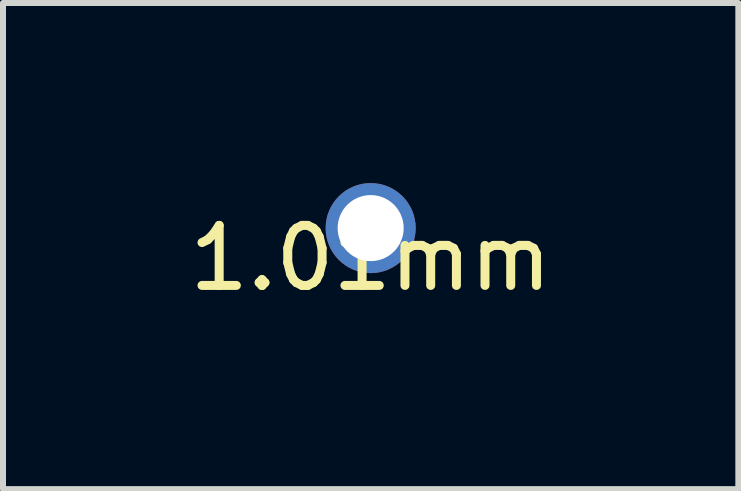
<source format=kicad_pcb>
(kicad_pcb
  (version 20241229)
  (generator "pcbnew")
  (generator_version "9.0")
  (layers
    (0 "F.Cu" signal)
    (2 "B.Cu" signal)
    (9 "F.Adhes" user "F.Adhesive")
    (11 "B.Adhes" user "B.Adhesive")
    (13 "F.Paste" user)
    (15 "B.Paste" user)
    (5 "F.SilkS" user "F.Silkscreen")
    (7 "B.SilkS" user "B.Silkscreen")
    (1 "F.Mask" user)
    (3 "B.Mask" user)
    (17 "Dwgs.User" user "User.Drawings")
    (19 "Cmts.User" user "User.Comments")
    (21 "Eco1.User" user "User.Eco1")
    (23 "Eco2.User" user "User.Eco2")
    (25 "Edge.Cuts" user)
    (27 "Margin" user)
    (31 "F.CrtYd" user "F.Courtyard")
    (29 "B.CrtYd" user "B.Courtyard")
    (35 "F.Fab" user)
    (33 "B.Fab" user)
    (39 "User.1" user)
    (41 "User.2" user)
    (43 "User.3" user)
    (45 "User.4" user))
  (footprint "1.01mm"
    (layer "F.Cu")
    (at 3.125 0.75)
    (property "Reference" "1.01mm" (at 0 0.5 0) (layer "F.SilkS") (effects (font (size 1 1) (thickness 0.15))))
    (attr through_hole)
    (pad "1" thru_hole circle (at 0 0) (size 1.5 1.5) (drill 1.1) (layers "*.Cu" "*.Mask")))
  (gr_rect
    (start -3 -3)
    (end 9.25 5.098)
    (stroke (width 0.1) (type default))
    (fill no)
    (layer "Edge.Cuts")))
</source>
